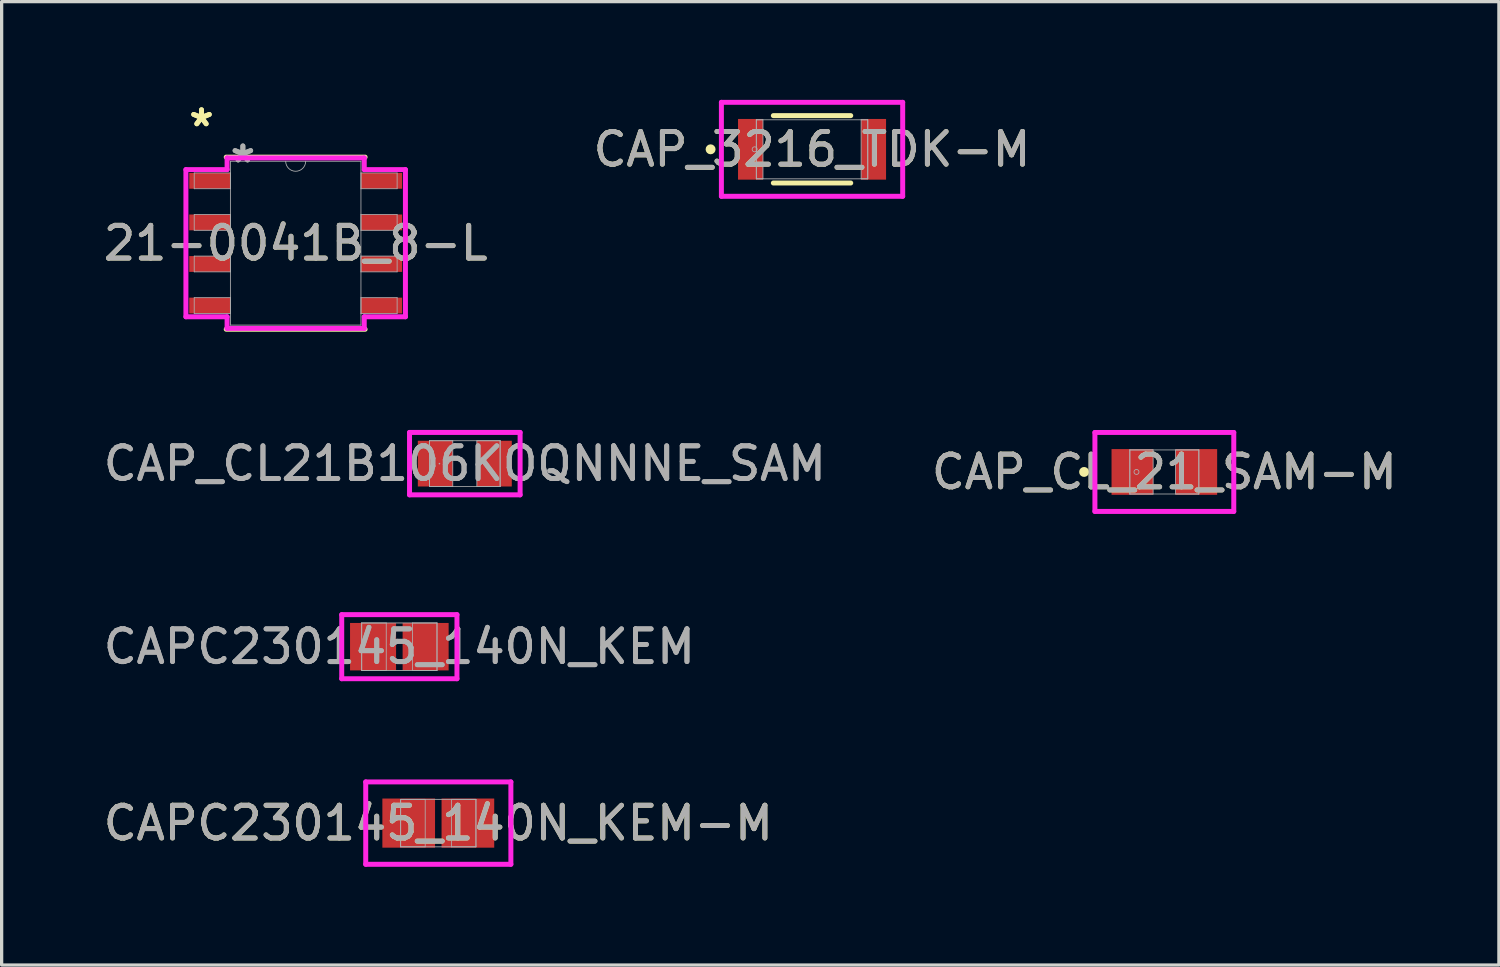
<source format=kicad_pcb>
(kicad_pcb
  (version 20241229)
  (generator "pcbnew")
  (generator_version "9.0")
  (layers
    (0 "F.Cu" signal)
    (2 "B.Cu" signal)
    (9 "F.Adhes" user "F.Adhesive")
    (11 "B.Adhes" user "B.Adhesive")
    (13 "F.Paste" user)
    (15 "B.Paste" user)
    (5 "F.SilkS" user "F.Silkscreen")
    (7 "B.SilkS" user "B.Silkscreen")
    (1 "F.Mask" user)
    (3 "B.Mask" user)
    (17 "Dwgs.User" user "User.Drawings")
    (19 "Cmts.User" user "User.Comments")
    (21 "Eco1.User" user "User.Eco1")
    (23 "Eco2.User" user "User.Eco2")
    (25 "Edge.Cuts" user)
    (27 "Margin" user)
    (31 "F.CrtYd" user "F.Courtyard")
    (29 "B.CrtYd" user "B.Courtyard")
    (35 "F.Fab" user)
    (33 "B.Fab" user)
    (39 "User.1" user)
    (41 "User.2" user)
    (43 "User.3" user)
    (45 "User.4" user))
  (footprint "CAPC230145_140N_KEM"
    (layer "F.Cu")
    (at 9.149 16.705)
    (property "Reference" "CAPC230145_140N_KEM" (at 0 0 0) (unlocked yes) (layer "F.Fab") (effects (font (size 1 1) (thickness 0.15))))
    (attr smd)
    (fp_line (start -1.76 -0.979) (end 1.76 -0.979) (stroke (width 0.152) (type solid)) (layer "F.CrtYd"))
    (fp_line (start -1.76 0.979) (end -1.76 -0.979) (stroke (width 0.152) (type solid)) (layer "F.CrtYd"))
    (fp_line (start 1.76 -0.979) (end 1.76 0.979) (stroke (width 0.152) (type solid)) (layer "F.CrtYd"))
    (fp_line (start 1.76 0.979) (end -1.76 0.979) (stroke (width 0.152) (type solid)) (layer "F.CrtYd"))
    (fp_line (start -1.15 -0.725) (end -1.15 0.725) (stroke (width 0.025) (type solid)) (layer "F.Fab"))
    (fp_line (start -1.15 -0.725) (end -1.15 0.725) (stroke (width 0.025) (type solid)) (layer "F.Fab"))
    (fp_line (start -1.15 0.725) (end -0.4 0.725) (stroke (width 0.025) (type solid)) (layer "F.Fab"))
    (fp_line (start -1.15 0.725) (end 1.15 0.725) (stroke (width 0.025) (type solid)) (layer "F.Fab"))
    (fp_line (start -0.4 -0.725) (end -1.15 -0.725) (stroke (width 0.025) (type solid)) (layer "F.Fab"))
    (fp_line (start -0.4 0.725) (end -0.4 -0.725) (stroke (width 0.025) (type solid)) (layer "F.Fab"))
    (fp_line (start 0.4 -0.725) (end 0.4 0.725) (stroke (width 0.025) (type solid)) (layer "F.Fab"))
    (fp_line (start 0.4 0.725) (end 1.15 0.725) (stroke (width 0.025) (type solid)) (layer "F.Fab"))
    (fp_line (start 1.15 -0.725) (end -1.15 -0.725) (stroke (width 0.025) (type solid)) (layer "F.Fab"))
    (fp_line (start 1.15 -0.725) (end 0.4 -0.725) (stroke (width 0.025) (type solid)) (layer "F.Fab"))
    (fp_line (start 1.15 0.725) (end 1.15 -0.725) (stroke (width 0.025) (type solid)) (layer "F.Fab"))
    (fp_line (start 1.15 0.725) (end 1.15 -0.725) (stroke (width 0.025) (type solid)) (layer "F.Fab"))
    (fp_text user "${REFERENCE}" (at 0 0 0) (unlocked yes) (layer "F.Fab") (effects (font (size 1 1) (thickness 0.15))))
    (pad "1" smd rect (at -0.803 0) (size 1.406 1.45) (layers "F.Cu" "F.Mask" "F.Paste"))
    (pad "2" smd rect (at 0.803 0) (size 1.406 1.45) (layers "F.Cu" "F.Mask" "F.Paste"))
    (zone (net_name "") (layer "F.Cu") (hatch full 0.508) (connect_pads) (min_thickness 0.254) (filled_areas_thickness no) (keepout (tracks not_allowed) (vias not_allowed) (pads allowed) (copperpour not_allowed) (footprints allowed)) (placement (enabled no)) (fill) (polygon (pts (xy 9.1 16.03) (xy 9.198 16.03) (xy 9.198 17.379) (xy 9.1 17.379)))))
  (footprint "21-0041B_8-L"
    (layer "F.Cu")
    (at 5.982 4.379)
    (property "Reference" "21-0041B_8-L" (at 0 0 0) (unlocked yes) (layer "F.SilkS") (effects (font (size 1 1) (thickness 0.15))))
    (attr smd)
    (fp_line (start -2.121 2.629) (end 2.121 2.629) (stroke (width 0.152) (type solid)) (layer "F.SilkS"))
    (fp_line (start 2.121 -2.629) (end -2.121 -2.629) (stroke (width 0.152) (type solid)) (layer "F.SilkS"))
    (fp_line (start -3.353 -2.248) (end -2.095 -2.248) (stroke (width 0.152) (type solid)) (layer "F.CrtYd"))
    (fp_line (start -3.353 2.248) (end -3.353 -2.248) (stroke (width 0.152) (type solid)) (layer "F.CrtYd"))
    (fp_line (start -3.353 2.248) (end -2.095 2.248) (stroke (width 0.152) (type solid)) (layer "F.CrtYd"))
    (fp_line (start -2.095 -2.603) (end 2.095 -2.603) (stroke (width 0.152) (type solid)) (layer "F.CrtYd"))
    (fp_line (start -2.095 -2.248) (end -2.095 -2.603) (stroke (width 0.152) (type solid)) (layer "F.CrtYd"))
    (fp_line (start -2.095 2.603) (end -2.095 2.248) (stroke (width 0.152) (type solid)) (layer "F.CrtYd"))
    (fp_line (start 2.095 -2.603) (end 2.095 -2.248) (stroke (width 0.152) (type solid)) (layer "F.CrtYd"))
    (fp_line (start 2.095 2.248) (end 2.095 2.603) (stroke (width 0.152) (type solid)) (layer "F.CrtYd"))
    (fp_line (start 2.095 2.603) (end -2.095 2.603) (stroke (width 0.152) (type solid)) (layer "F.CrtYd"))
    (fp_line (start 3.353 -2.248) (end 2.095 -2.248) (stroke (width 0.152) (type solid)) (layer "F.CrtYd"))
    (fp_line (start 3.353 -2.248) (end 3.353 2.248) (stroke (width 0.152) (type solid)) (layer "F.CrtYd"))
    (fp_line (start 3.353 2.248) (end 2.095 2.248) (stroke (width 0.152) (type solid)) (layer "F.CrtYd"))
    (fp_line (start -3.099 -2.146) (end -3.099 -1.664) (stroke (width 0.025) (type solid)) (layer "F.Fab"))
    (fp_line (start -3.099 -1.664) (end -1.994 -1.664) (stroke (width 0.025) (type solid)) (layer "F.Fab"))
    (fp_line (start -3.099 -0.876) (end -3.099 -0.394) (stroke (width 0.025) (type solid)) (layer "F.Fab"))
    (fp_line (start -3.099 -0.394) (end -1.994 -0.394) (stroke (width 0.025) (type solid)) (layer "F.Fab"))
    (fp_line (start -3.099 0.394) (end -3.099 0.876) (stroke (width 0.025) (type solid)) (layer "F.Fab"))
    (fp_line (start -3.099 0.876) (end -1.994 0.876) (stroke (width 0.025) (type solid)) (layer "F.Fab"))
    (fp_line (start -3.099 1.664) (end -3.099 2.146) (stroke (width 0.025) (type solid)) (layer "F.Fab"))
    (fp_line (start -3.099 2.146) (end -1.994 2.146) (stroke (width 0.025) (type solid)) (layer "F.Fab"))
    (fp_line (start -1.994 -2.502) (end -1.994 2.502) (stroke (width 0.025) (type solid)) (layer "F.Fab"))
    (fp_line (start -1.994 -2.146) (end -3.099 -2.146) (stroke (width 0.025) (type solid)) (layer "F.Fab"))
    (fp_line (start -1.994 -1.664) (end -1.994 -2.146) (stroke (width 0.025) (type solid)) (layer "F.Fab"))
    (fp_line (start -1.994 -0.876) (end -3.099 -0.876) (stroke (width 0.025) (type solid)) (layer "F.Fab"))
    (fp_line (start -1.994 -0.394) (end -1.994 -0.876) (stroke (width 0.025) (type solid)) (layer "F.Fab"))
    (fp_line (start -1.994 0.394) (end -3.099 0.394) (stroke (width 0.025) (type solid)) (layer "F.Fab"))
    (fp_line (start -1.994 0.876) (end -1.994 0.394) (stroke (width 0.025) (type solid)) (layer "F.Fab"))
    (fp_line (start -1.994 1.664) (end -3.099 1.664) (stroke (width 0.025) (type solid)) (layer "F.Fab"))
    (fp_line (start -1.994 2.146) (end -1.994 1.664) (stroke (width 0.025) (type solid)) (layer "F.Fab"))
    (fp_line (start -1.994 2.502) (end 1.994 2.502) (stroke (width 0.025) (type solid)) (layer "F.Fab"))
    (fp_line (start 1.994 -2.502) (end -1.994 -2.502) (stroke (width 0.025) (type solid)) (layer "F.Fab"))
    (fp_line (start 1.994 -2.146) (end 1.994 -1.664) (stroke (width 0.025) (type solid)) (layer "F.Fab"))
    (fp_line (start 1.994 -1.664) (end 3.099 -1.664) (stroke (width 0.025) (type solid)) (layer "F.Fab"))
    (fp_line (start 1.994 -0.876) (end 1.994 -0.394) (stroke (width 0.025) (type solid)) (layer "F.Fab"))
    (fp_line (start 1.994 -0.394) (end 3.099 -0.394) (stroke (width 0.025) (type solid)) (layer "F.Fab"))
    (fp_line (start 1.994 0.394) (end 1.994 0.876) (stroke (width 0.025) (type solid)) (layer "F.Fab"))
    (fp_line (start 1.994 0.876) (end 3.099 0.876) (stroke (width 0.025) (type solid)) (layer "F.Fab"))
    (fp_line (start 1.994 1.664) (end 1.994 2.146) (stroke (width 0.025) (type solid)) (layer "F.Fab"))
    (fp_line (start 1.994 2.146) (end 3.099 2.146) (stroke (width 0.025) (type solid)) (layer "F.Fab"))
    (fp_line (start 1.994 2.502) (end 1.994 -2.502) (stroke (width 0.025) (type solid)) (layer "F.Fab"))
    (fp_line (start 3.099 -2.146) (end 1.994 -2.146) (stroke (width 0.025) (type solid)) (layer "F.Fab"))
    (fp_line (start 3.099 -1.664) (end 3.099 -2.146) (stroke (width 0.025) (type solid)) (layer "F.Fab"))
    (fp_line (start 3.099 -0.876) (end 1.994 -0.876) (stroke (width 0.025) (type solid)) (layer "F.Fab"))
    (fp_line (start 3.099 -0.394) (end 3.099 -0.876) (stroke (width 0.025) (type solid)) (layer "F.Fab"))
    (fp_line (start 3.099 0.394) (end 1.994 0.394) (stroke (width 0.025) (type solid)) (layer "F.Fab"))
    (fp_line (start 3.099 0.876) (end 3.099 0.394) (stroke (width 0.025) (type solid)) (layer "F.Fab"))
    (fp_line (start 3.099 1.664) (end 1.994 1.664) (stroke (width 0.025) (type solid)) (layer "F.Fab"))
    (fp_line (start 3.099 2.146) (end 3.099 1.664) (stroke (width 0.025) (type solid)) (layer "F.Fab"))
    (fp_arc (start 0.3048 -2.5019) (mid 0 -2.1971) (end -0.3048 -2.5019) (stroke (width 0.0254) (type solid)) (layer "F.Fab"))
    (fp_text user "*" (at -2.877 -3.531 0) (layer "F.SilkS") (effects (font (size 1 1) (thickness 0.15))))
    (fp_text user "*" (at -2.877 -3.531 0) (unlocked yes) (layer "F.SilkS") (effects (font (size 1 1) (thickness 0.15))))
    (fp_text user "*" (at -1.613 -2.426 0) (unlocked yes) (layer "F.Fab") (effects (font (size 1 1) (thickness 0.15))))
    (fp_text user "*" (at -1.613 -2.426 0) (layer "F.Fab") (effects (font (size 1 1) (thickness 0.15))))
    (fp_text user "${REFERENCE}" (at 0 0 0) (unlocked yes) (layer "F.Fab") (effects (font (size 1 1) (thickness 0.15))))
    (pad "1" smd rect (at -2.623 -1.905) (size 1.257 0.483) (layers "F.Cu" "F.Mask" "F.Paste"))
    (pad "2" smd rect (at -2.623 -0.635) (size 1.257 0.483) (layers "F.Cu" "F.Mask" "F.Paste"))
    (pad "3" smd rect (at -2.623 0.635) (size 1.257 0.483) (layers "F.Cu" "F.Mask" "F.Paste"))
    (pad "4" smd rect (at -2.623 1.905) (size 1.257 0.483) (layers "F.Cu" "F.Mask" "F.Paste"))
    (pad "5" smd rect (at 2.623 1.905) (size 1.257 0.483) (layers "F.Cu" "F.Mask" "F.Paste"))
    (pad "6" smd rect (at 2.623 0.635) (size 1.257 0.483) (layers "F.Cu" "F.Mask" "F.Paste"))
    (pad "7" smd rect (at 2.623 -0.635) (size 1.257 0.483) (layers "F.Cu" "F.Mask" "F.Paste"))
    (pad "8" smd rect (at 2.623 -1.905) (size 1.257 0.483) (layers "F.Cu" "F.Mask" "F.Paste")))
  (footprint "CAP_3216_TDK-M"
    (layer "F.Cu")
    (at 21.756 1.511)
    (property "Reference" "CAP_3216_TDK-M" (at 0 0 0) (unlocked yes) (layer "F.SilkS") (effects (font (size 1 1) (thickness 0.15))))
    (attr smd)
    (fp_line (start -1.182 1.029) (end 1.182 1.029) (stroke (width 0.152) (type solid)) (layer "F.SilkS"))
    (fp_line (start 1.182 -1.029) (end -1.182 -1.029) (stroke (width 0.152) (type solid)) (layer "F.SilkS"))
    (fp_circle (center -3.099 0) (end -3.023 0) (stroke (width 0.152) (type solid)) (fill no) (layer "F.SilkS"))
    (fp_line (start -2.769 -1.435) (end 2.769 -1.435) (stroke (width 0.152) (type solid)) (layer "F.CrtYd"))
    (fp_line (start -2.769 1.435) (end -2.769 -1.435) (stroke (width 0.152) (type solid)) (layer "F.CrtYd"))
    (fp_line (start 2.769 -1.435) (end 2.769 1.435) (stroke (width 0.152) (type solid)) (layer "F.CrtYd"))
    (fp_line (start 2.769 1.435) (end -2.769 1.435) (stroke (width 0.152) (type solid)) (layer "F.CrtYd"))
    (fp_line (start -1.702 -0.902) (end -1.702 0.902) (stroke (width 0.025) (type solid)) (layer "F.Fab"))
    (fp_line (start -1.702 -0.902) (end -1.702 0.902) (stroke (width 0.025) (type solid)) (layer "F.Fab"))
    (fp_line (start -1.702 0.902) (end -1.499 0.902) (stroke (width 0.025) (type solid)) (layer "F.Fab"))
    (fp_line (start -1.702 0.902) (end 1.702 0.902) (stroke (width 0.025) (type solid)) (layer "F.Fab"))
    (fp_line (start -1.499 -0.902) (end -1.702 -0.902) (stroke (width 0.025) (type solid)) (layer "F.Fab"))
    (fp_line (start -1.499 0.902) (end -1.499 -0.902) (stroke (width 0.025) (type solid)) (layer "F.Fab"))
    (fp_line (start 1.499 -0.902) (end 1.499 0.902) (stroke (width 0.025) (type solid)) (layer "F.Fab"))
    (fp_line (start 1.499 0.902) (end 1.702 0.902) (stroke (width 0.025) (type solid)) (layer "F.Fab"))
    (fp_line (start 1.702 -0.902) (end -1.702 -0.902) (stroke (width 0.025) (type solid)) (layer "F.Fab"))
    (fp_line (start 1.702 -0.902) (end 1.499 -0.902) (stroke (width 0.025) (type solid)) (layer "F.Fab"))
    (fp_line (start 1.702 0.902) (end 1.702 -0.902) (stroke (width 0.025) (type solid)) (layer "F.Fab"))
    (fp_line (start 1.702 0.902) (end 1.702 -0.902) (stroke (width 0.025) (type solid)) (layer "F.Fab"))
    (fp_circle (center -1.753 0) (end -1.676 0) (stroke (width 0.025) (type solid)) (fill no) (layer "F.Fab"))
    (fp_text user "${REFERENCE}" (at 0 0 0) (unlocked yes) (layer "F.Fab") (effects (font (size 1 1) (thickness 0.15))))
    (pad "1" smd rect (at -1.88 0) (size 0.762 1.854) (layers "F.Cu" "F.Mask" "F.Paste"))
    (pad "2" smd rect (at 1.88 0) (size 0.762 1.854) (layers "F.Cu" "F.Mask" "F.Paste"))
    (zone (net_name "") (layer "F.Cu") (hatch full 0.508) (connect_pads) (min_thickness 0.254) (filled_areas_thickness no) (keepout (tracks not_allowed) (vias not_allowed) (pads allowed) (copperpour not_allowed) (footprints allowed)) (placement (enabled no)) (fill) (polygon (pts (xy 20.308 0.66) (xy 23.204 0.66) (xy 23.204 2.362) (xy 20.308 2.362)))))
  (footprint "CAP_CL21B106KOQNNNE_SAM"
    (layer "F.Cu")
    (at 11.149 11.113)
    (property "Reference" "CAP_CL21B106KOQNNNE_SAM" (at 0 0 0) (unlocked yes) (layer "F.Fab") (effects (font (size 1 1) (thickness 0.15))))
    (attr smd)
    (fp_line (start -1.689 -0.953) (end 1.689 -0.953) (stroke (width 0.152) (type solid)) (layer "F.CrtYd"))
    (fp_line (start -1.689 0.953) (end -1.689 -0.953) (stroke (width 0.152) (type solid)) (layer "F.CrtYd"))
    (fp_line (start 1.689 -0.953) (end 1.689 0.953) (stroke (width 0.152) (type solid)) (layer "F.CrtYd"))
    (fp_line (start 1.689 0.953) (end -1.689 0.953) (stroke (width 0.152) (type solid)) (layer "F.CrtYd"))
    (fp_line (start -1.079 -0.699) (end -1.079 0.699) (stroke (width 0.025) (type solid)) (layer "F.Fab"))
    (fp_line (start -1.079 -0.699) (end -1.079 0.699) (stroke (width 0.025) (type solid)) (layer "F.Fab"))
    (fp_line (start -1.079 0.699) (end -0.368 0.699) (stroke (width 0.025) (type solid)) (layer "F.Fab"))
    (fp_line (start -1.079 0.699) (end 1.079 0.699) (stroke (width 0.025) (type solid)) (layer "F.Fab"))
    (fp_line (start -0.368 -0.699) (end -1.079 -0.699) (stroke (width 0.025) (type solid)) (layer "F.Fab"))
    (fp_line (start -0.368 0.699) (end -0.368 -0.699) (stroke (width 0.025) (type solid)) (layer "F.Fab"))
    (fp_line (start 0.368 -0.699) (end 0.368 0.699) (stroke (width 0.025) (type solid)) (layer "F.Fab"))
    (fp_line (start 0.368 0.699) (end 1.079 0.699) (stroke (width 0.025) (type solid)) (layer "F.Fab"))
    (fp_line (start 1.079 -0.699) (end -1.079 -0.699) (stroke (width 0.025) (type solid)) (layer "F.Fab"))
    (fp_line (start 1.079 -0.699) (end 0.368 -0.699) (stroke (width 0.025) (type solid)) (layer "F.Fab"))
    (fp_line (start 1.079 0.699) (end 1.079 -0.699) (stroke (width 0.025) (type solid)) (layer "F.Fab"))
    (fp_line (start 1.079 0.699) (end 1.079 -0.699) (stroke (width 0.025) (type solid)) (layer "F.Fab"))
    (fp_circle (center -0.775 0) (end -0.775 0) (stroke (width 0.025) (type solid)) (fill no) (layer "F.Fab"))
    (fp_text user "${REFERENCE}" (at 0 0 0) (unlocked yes) (layer "F.Fab") (effects (font (size 1 1) (thickness 0.15))))
    (pad "1" smd rect (at -0.902 0) (size 1.067 1.397) (layers "F.Cu" "F.Mask" "F.Paste"))
    (pad "2" smd rect (at 0.902 0) (size 1.067 1.397) (layers "F.Cu" "F.Mask" "F.Paste"))
    (zone (net_name "") (layer "F.Cu") (hatch full 0.508) (connect_pads) (min_thickness 0.254) (filled_areas_thickness no) (keepout (tracks not_allowed) (vias not_allowed) (pads allowed) (copperpour not_allowed) (footprints allowed)) (placement (enabled no)) (fill) (polygon (pts (xy 10.831 10.465) (xy 11.466 10.465) (xy 11.466 11.76) (xy 10.831 11.76)))))
  (footprint "CAPC230145_140N_KEM-M"
    (layer "F.Cu")
    (at 10.339 22.094)
    (property "Reference" "CAPC230145_140N_KEM-M" (at 0 0 0) (unlocked yes) (layer "F.SilkS") (effects (font (size 1 1) (thickness 0.15))))
    (attr smd)
    (fp_line (start -2.217 -1.258) (end 2.217 -1.258) (stroke (width 0.152) (type solid)) (layer "F.CrtYd"))
    (fp_line (start -2.217 1.258) (end -2.217 -1.258) (stroke (width 0.152) (type solid)) (layer "F.CrtYd"))
    (fp_line (start 2.217 -1.258) (end 2.217 1.258) (stroke (width 0.152) (type solid)) (layer "F.CrtYd"))
    (fp_line (start 2.217 1.258) (end -2.217 1.258) (stroke (width 0.152) (type solid)) (layer "F.CrtYd"))
    (fp_line (start -1.15 -0.725) (end -1.15 0.725) (stroke (width 0.025) (type solid)) (layer "F.Fab"))
    (fp_line (start -1.15 -0.725) (end -1.15 0.725) (stroke (width 0.025) (type solid)) (layer "F.Fab"))
    (fp_line (start -1.15 0.725) (end -0.4 0.725) (stroke (width 0.025) (type solid)) (layer "F.Fab"))
    (fp_line (start -1.15 0.725) (end 1.15 0.725) (stroke (width 0.025) (type solid)) (layer "F.Fab"))
    (fp_line (start -0.4 -0.725) (end -1.15 -0.725) (stroke (width 0.025) (type solid)) (layer "F.Fab"))
    (fp_line (start -0.4 0.725) (end -0.4 -0.725) (stroke (width 0.025) (type solid)) (layer "F.Fab"))
    (fp_line (start 0.4 -0.725) (end 0.4 0.725) (stroke (width 0.025) (type solid)) (layer "F.Fab"))
    (fp_line (start 0.4 0.725) (end 1.15 0.725) (stroke (width 0.025) (type solid)) (layer "F.Fab"))
    (fp_line (start 1.15 -0.725) (end -1.15 -0.725) (stroke (width 0.025) (type solid)) (layer "F.Fab"))
    (fp_line (start 1.15 -0.725) (end 0.4 -0.725) (stroke (width 0.025) (type solid)) (layer "F.Fab"))
    (fp_line (start 1.15 0.725) (end 1.15 -0.725) (stroke (width 0.025) (type solid)) (layer "F.Fab"))
    (fp_line (start 1.15 0.725) (end 1.15 -0.725) (stroke (width 0.025) (type solid)) (layer "F.Fab"))
    (fp_text user "${REFERENCE}" (at 0 0 0) (unlocked yes) (layer "F.Fab") (effects (font (size 1 1) (thickness 0.15))))
    (pad "1" smd rect (at -0.904 0) (size 1.609 1.501) (layers "F.Cu" "F.Mask" "F.Paste"))
    (pad "2" smd rect (at 0.904 0) (size 1.609 1.501) (layers "F.Cu" "F.Mask" "F.Paste"))
    (zone (net_name "") (layer "F.Cu") (hatch full 0.508) (connect_pads) (min_thickness 0.254) (filled_areas_thickness no) (keepout (tracks not_allowed) (vias not_allowed) (pads allowed) (copperpour not_allowed) (footprints allowed)) (placement (enabled no)) (fill) (polygon (pts (xy 10.29 21.42) (xy 10.388 21.42) (xy 10.388 22.769) (xy 10.29 22.769)))))
  (footprint "CAP_CL_21_SAM-M"
    (layer "F.Cu")
    (at 32.518 11.367)
    (property "Reference" "CAP_CL_21_SAM-M" (at 0 0 0) (unlocked yes) (layer "F.SilkS") (effects (font (size 1 1) (thickness 0.15))))
    (attr smd)
    (fp_circle (center -2.451 0) (end -2.375 0) (stroke (width 0.152) (type solid)) (fill no) (layer "F.SilkS"))
    (fp_line (start -2.121 -1.206) (end 2.121 -1.206) (stroke (width 0.152) (type solid)) (layer "F.CrtYd"))
    (fp_line (start -2.121 1.206) (end -2.121 -1.206) (stroke (width 0.152) (type solid)) (layer "F.CrtYd"))
    (fp_line (start 2.121 -1.206) (end 2.121 1.206) (stroke (width 0.152) (type solid)) (layer "F.CrtYd"))
    (fp_line (start 2.121 1.206) (end -2.121 1.206) (stroke (width 0.152) (type solid)) (layer "F.CrtYd"))
    (fp_line (start -1.054 -0.673) (end -1.054 0.673) (stroke (width 0.025) (type solid)) (layer "F.Fab"))
    (fp_line (start -1.054 -0.673) (end -1.054 0.673) (stroke (width 0.025) (type solid)) (layer "F.Fab"))
    (fp_line (start -1.054 0.673) (end -0.343 0.673) (stroke (width 0.025) (type solid)) (layer "F.Fab"))
    (fp_line (start -1.054 0.673) (end 1.054 0.673) (stroke (width 0.025) (type solid)) (layer "F.Fab"))
    (fp_line (start -0.343 -0.673) (end -1.054 -0.673) (stroke (width 0.025) (type solid)) (layer "F.Fab"))
    (fp_line (start -0.343 0.673) (end -0.343 -0.673) (stroke (width 0.025) (type solid)) (layer "F.Fab"))
    (fp_line (start 0.343 -0.673) (end 0.343 0.673) (stroke (width 0.025) (type solid)) (layer "F.Fab"))
    (fp_line (start 0.343 0.673) (end 1.054 0.673) (stroke (width 0.025) (type solid)) (layer "F.Fab"))
    (fp_line (start 1.054 -0.673) (end -1.054 -0.673) (stroke (width 0.025) (type solid)) (layer "F.Fab"))
    (fp_line (start 1.054 -0.673) (end 0.343 -0.673) (stroke (width 0.025) (type solid)) (layer "F.Fab"))
    (fp_line (start 1.054 0.673) (end 1.054 -0.673) (stroke (width 0.025) (type solid)) (layer "F.Fab"))
    (fp_line (start 1.054 0.673) (end 1.054 -0.673) (stroke (width 0.025) (type solid)) (layer "F.Fab"))
    (fp_circle (center -0.851 0) (end -0.775 0) (stroke (width 0.025) (type solid)) (fill no) (layer "F.Fab"))
    (fp_text user "${REFERENCE}" (at 0 0 0) (unlocked yes) (layer "F.Fab") (effects (font (size 1 1) (thickness 0.15))))
    (pad "1" smd rect (at -0.978 0) (size 1.27 1.397) (layers "F.Cu" "F.Mask" "F.Paste"))
    (pad "2" smd rect (at 0.978 0) (size 1.27 1.397) (layers "F.Cu" "F.Mask" "F.Paste"))
    (zone (net_name "") (layer "F.Cu") (hatch full 0.508) (connect_pads) (min_thickness 0.254) (filled_areas_thickness no) (keepout (tracks not_allowed) (vias not_allowed) (pads allowed) (copperpour not_allowed) (footprints allowed)) (placement (enabled no)) (fill) (polygon (pts (xy 32.226 10.744) (xy 32.81 10.744) (xy 32.81 11.989) (xy 32.226 11.989)))))
  (gr_rect
    (start -3 -3)
    (end 42.738 26.429)
    (stroke (width 0.1) (type default))
    (fill no)
    (layer "Edge.Cuts")))
</source>
